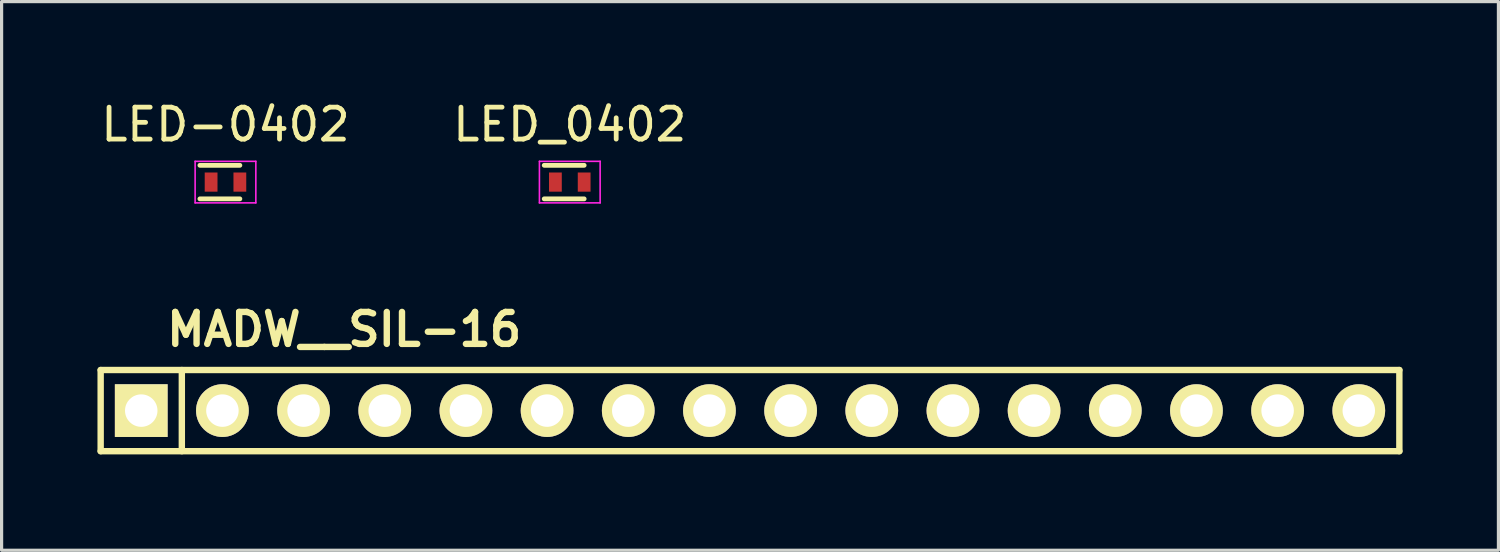
<source format=kicad_pcb>
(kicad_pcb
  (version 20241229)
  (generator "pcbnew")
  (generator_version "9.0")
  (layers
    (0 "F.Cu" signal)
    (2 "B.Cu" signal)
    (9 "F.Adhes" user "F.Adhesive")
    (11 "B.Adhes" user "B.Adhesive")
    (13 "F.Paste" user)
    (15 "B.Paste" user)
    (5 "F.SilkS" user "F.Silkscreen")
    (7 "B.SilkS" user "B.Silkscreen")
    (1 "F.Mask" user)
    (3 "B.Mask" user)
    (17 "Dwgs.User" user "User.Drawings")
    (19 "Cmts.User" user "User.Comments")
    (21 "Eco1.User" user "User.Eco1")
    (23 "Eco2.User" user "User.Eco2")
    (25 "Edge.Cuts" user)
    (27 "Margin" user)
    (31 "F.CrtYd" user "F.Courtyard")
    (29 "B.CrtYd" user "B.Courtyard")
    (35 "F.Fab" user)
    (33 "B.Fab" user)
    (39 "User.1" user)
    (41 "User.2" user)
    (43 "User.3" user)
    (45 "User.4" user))
  (footprint "LED-0402"
    (layer "F.Cu")
    (at 4.006 2.648)
    (property "Reference" "LED-0402" (at 0 -1.8 0) (layer "F.SilkS") (effects (font (size 1 1) (thickness 0.15))))
    (attr smd)
    (fp_line (start 0.45 -0.525) (end -0.8 -0.525) (stroke (width 0.15) (type solid)) (layer "F.SilkS"))
    (fp_line (start 0.45 0.525) (end -0.8 0.525) (stroke (width 0.15) (type solid)) (layer "F.SilkS"))
    (fp_line (start -0.95 -0.65) (end -0.95 0.65) (stroke (width 0.05) (type solid)) (layer "F.CrtYd"))
    (fp_line (start -0.95 -0.65) (end 0.95 -0.65) (stroke (width 0.05) (type solid)) (layer "F.CrtYd"))
    (fp_line (start -0.95 0.65) (end 0.95 0.65) (stroke (width 0.05) (type solid)) (layer "F.CrtYd"))
    (fp_line (start 0.95 -0.65) (end 0.95 0.65) (stroke (width 0.05) (type solid)) (layer "F.CrtYd"))
    (pad "1" smd rect (at -0.45 0) (size 0.4 0.6) (layers "F.Cu" "F.Mask" "F.Paste"))
    (pad "2" smd rect (at 0.45 0) (size 0.4 0.6) (layers "F.Cu" "F.Mask" "F.Paste")))
  (footprint "MADW__SIL-16"
    (layer "F.Cu")
    (at 20.42 9.799)
    (property "Reference" "MADW__SIL-16" (at -12.7 -2.54 0) (layer "F.SilkS") (effects (font (size 1 1) (thickness 0.2))))
    (attr through_hole)
    (fp_line (start -20.32 -1.27) (end 20.32 -1.27) (stroke (width 0.2) (type solid)) (layer "F.SilkS"))
    (fp_line (start -20.32 1.27) (end -20.32 -1.27) (stroke (width 0.2) (type solid)) (layer "F.SilkS"))
    (fp_line (start -17.78 -1.27) (end -17.78 1.27) (stroke (width 0.2) (type solid)) (layer "F.SilkS"))
    (fp_line (start 20.32 -1.27) (end 20.32 1.27) (stroke (width 0.2) (type solid)) (layer "F.SilkS"))
    (fp_line (start 20.32 1.27) (end -20.32 1.27) (stroke (width 0.2) (type solid)) (layer "F.SilkS"))
    (pad "1" thru_hole rect (at -19.05 0) (size 1.65 1.65) (drill 1.016) (layers "*.Cu" "*.Mask" "F.SilkS"))
    (pad "2" thru_hole circle (at -16.51 0) (size 1.65 1.65) (drill 1.016) (layers "*.Cu" "*.Mask" "F.SilkS"))
    (pad "3" thru_hole circle (at -13.97 0) (size 1.65 1.65) (drill 1.016) (layers "*.Cu" "*.Mask" "F.SilkS"))
    (pad "4" thru_hole circle (at -11.43 0) (size 1.65 1.65) (drill 1.016) (layers "*.Cu" "*.Mask" "F.SilkS"))
    (pad "5" thru_hole circle (at -8.89 0) (size 1.65 1.65) (drill 1.016) (layers "*.Cu" "*.Mask" "F.SilkS"))
    (pad "6" thru_hole circle (at -6.35 0) (size 1.65 1.65) (drill 1.016) (layers "*.Cu" "*.Mask" "F.SilkS"))
    (pad "7" thru_hole circle (at -3.81 0) (size 1.65 1.65) (drill 1.016) (layers "*.Cu" "*.Mask" "F.SilkS"))
    (pad "8" thru_hole circle (at -1.27 0) (size 1.65 1.65) (drill 1.016) (layers "*.Cu" "*.Mask" "F.SilkS"))
    (pad "9" thru_hole circle (at 1.27 0) (size 1.65 1.65) (drill 1.016) (layers "*.Cu" "*.Mask" "F.SilkS"))
    (pad "10" thru_hole circle (at 3.81 0) (size 1.65 1.65) (drill 1.016) (layers "*.Cu" "*.Mask" "F.SilkS"))
    (pad "11" thru_hole circle (at 6.35 0) (size 1.65 1.65) (drill 1.016) (layers "*.Cu" "*.Mask" "F.SilkS"))
    (pad "12" thru_hole circle (at 8.89 0) (size 1.65 1.65) (drill 1.016) (layers "*.Cu" "*.Mask" "F.SilkS"))
    (pad "13" thru_hole circle (at 11.43 0) (size 1.65 1.65) (drill 1.016) (layers "*.Cu" "*.Mask" "F.SilkS"))
    (pad "14" thru_hole circle (at 13.97 0) (size 1.65 1.65) (drill 1.016) (layers "*.Cu" "*.Mask" "F.SilkS"))
    (pad "15" thru_hole circle (at 16.51 0) (size 1.65 1.65) (drill 1.016) (layers "*.Cu" "*.Mask" "F.SilkS"))
    (pad "16" thru_hole circle (at 19.05 0) (size 1.65 1.65) (drill 1.016) (layers "*.Cu" "*.Mask" "F.SilkS")))
  (footprint "LED_0402"
    (layer "F.Cu")
    (at 14.78 2.648)
    (property "Reference" "LED_0402" (at 0 -1.8 0) (layer "F.SilkS") (effects (font (size 1 1) (thickness 0.15))))
    (attr smd)
    (fp_line (start 0.45 -0.525) (end -0.8 -0.525) (stroke (width 0.15) (type solid)) (layer "F.SilkS"))
    (fp_line (start 0.45 0.525) (end -0.8 0.525) (stroke (width 0.15) (type solid)) (layer "F.SilkS"))
    (fp_line (start -0.95 -0.65) (end -0.95 0.65) (stroke (width 0.05) (type solid)) (layer "F.CrtYd"))
    (fp_line (start -0.95 -0.65) (end 0.95 -0.65) (stroke (width 0.05) (type solid)) (layer "F.CrtYd"))
    (fp_line (start -0.95 0.65) (end 0.95 0.65) (stroke (width 0.05) (type solid)) (layer "F.CrtYd"))
    (fp_line (start 0.95 -0.65) (end 0.95 0.65) (stroke (width 0.05) (type solid)) (layer "F.CrtYd"))
    (pad "1" smd rect (at -0.45 0) (size 0.4 0.6) (layers "F.Cu" "F.Mask" "F.Paste"))
    (pad "2" smd rect (at 0.45 0) (size 0.4 0.6) (layers "F.Cu" "F.Mask" "F.Paste")))
  (gr_rect
    (start -3 -3)
    (end 43.84 14.169)
    (stroke (width 0.1) (type default))
    (fill no)
    (layer "Edge.Cuts")))
</source>
